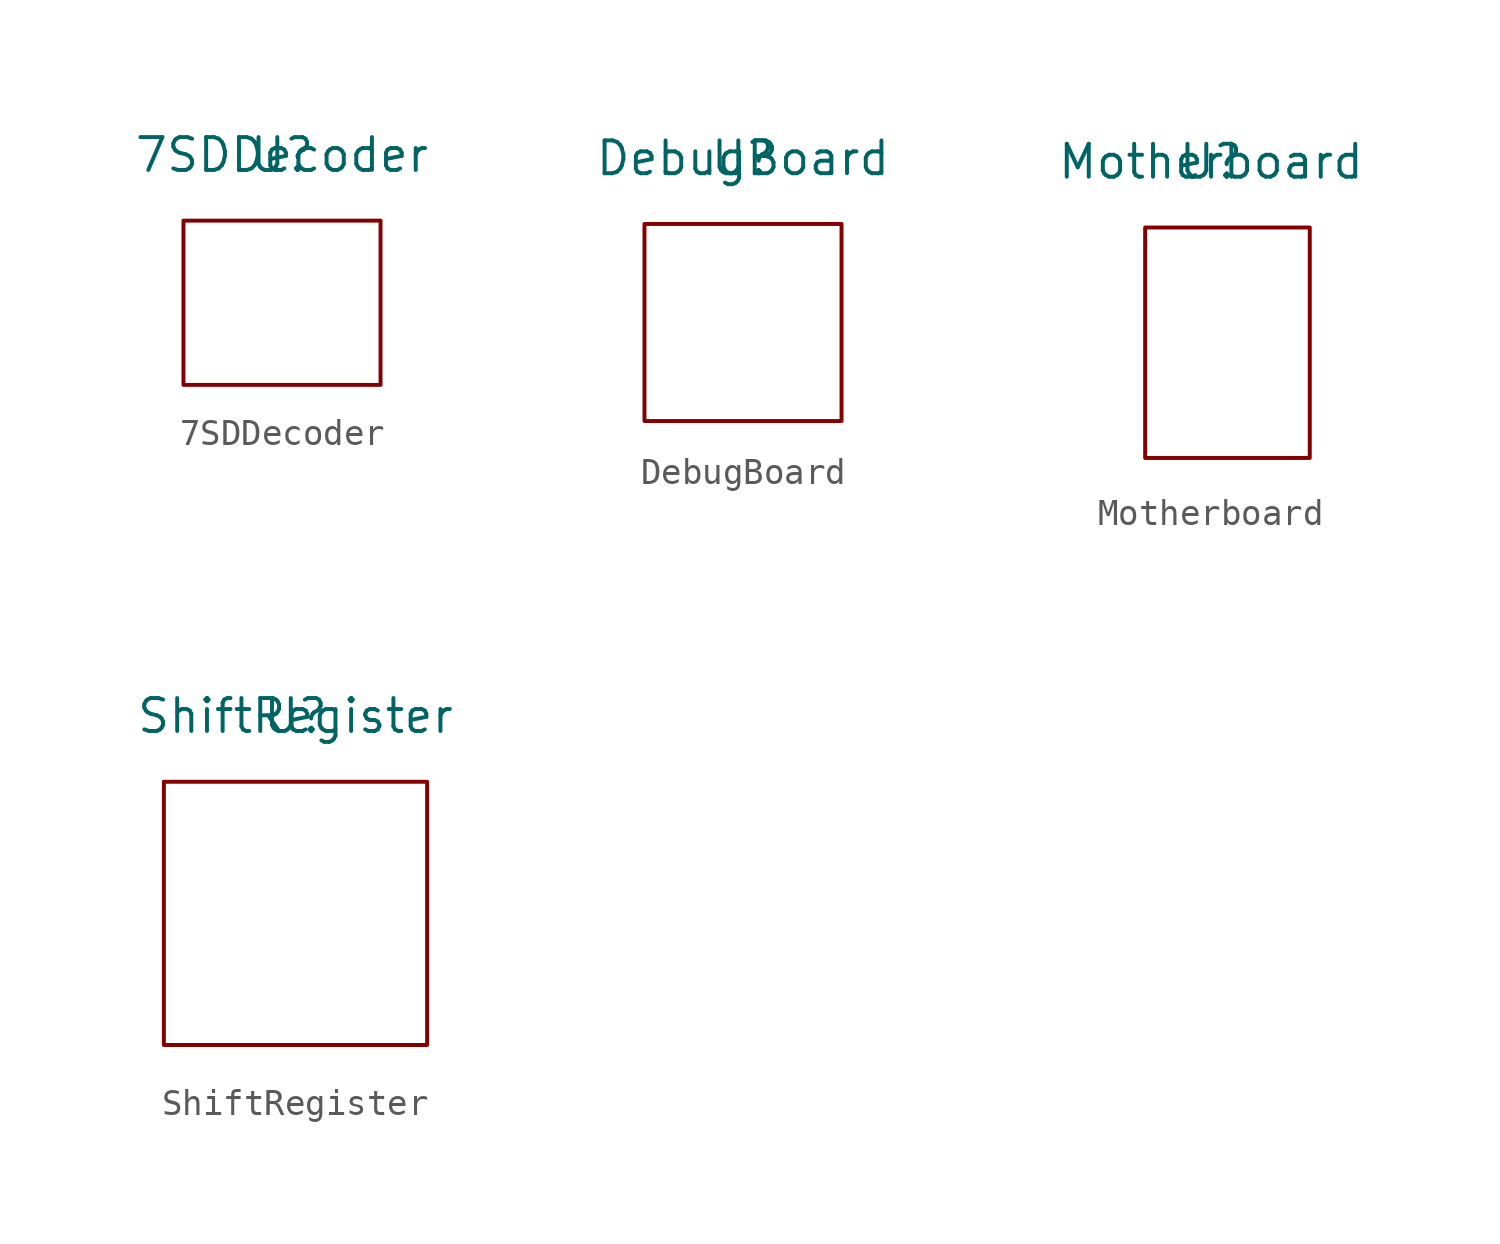
<source format=kicad_sym>
(kicad_symbol_lib
  (version 20211014)
  (generator kicad_symbol_editor)
  (symbol "7SDDecoder"
    (property "Reference" "U"
      (at 0 0 0)
      (effects (font (size 1.27 1.27))))
    (property "Value" "7SDDecoder"
      (at 0 0 0)
      (effects (font (size 1.27 1.27))))
    (symbol "7SDDecoder_0_1"
      (rectangle (start -3.81 -2.54) (end 3.81 -8.89) (stroke (width 0) (type default) (color 0 0 0 0)) (fill (type none)))))
  (symbol "DebugBoard"
    (property "Reference" "U"
      (at 0 0 0)
      (effects (font (size 1.27 1.27))))
    (property "Value" "DebugBoard"
      (at 0 0 0)
      (effects (font (size 1.27 1.27))))
    (symbol "DebugBoard_0_1"
      (rectangle (start -3.81 -2.54) (end 3.81 -10.16) (stroke (width 0) (type default) (color 0 0 0 0)) (fill (type none)))))
  (symbol "Motherboard"
    (property "Reference" "U"
      (at 0 0 0)
      (effects (font (size 1.27 1.27))))
    (property "Value" "Motherboard"
      (at 0 0 0)
      (effects (font (size 1.27 1.27))))
    (symbol "Motherboard_0_1"
      (rectangle (start -2.54 -2.54) (end 3.81 -11.43) (stroke (width 0) (type default) (color 0 0 0 0)) (fill (type none)))))
  (symbol "ShiftRegister"
    (property "Reference" "U"
      (at 0 0 0)
      (effects (font (size 1.27 1.27))))
    (property "Value" "ShiftRegister"
      (at 0 0 0)
      (effects (font (size 1.27 1.27))))
    (symbol "ShiftRegister_0_1"
      (rectangle (start -5.08 -2.54) (end 5.08 -12.7) (stroke (width 0) (type default) (color 0 0 0 0)) (fill (type none))))))
</source>
